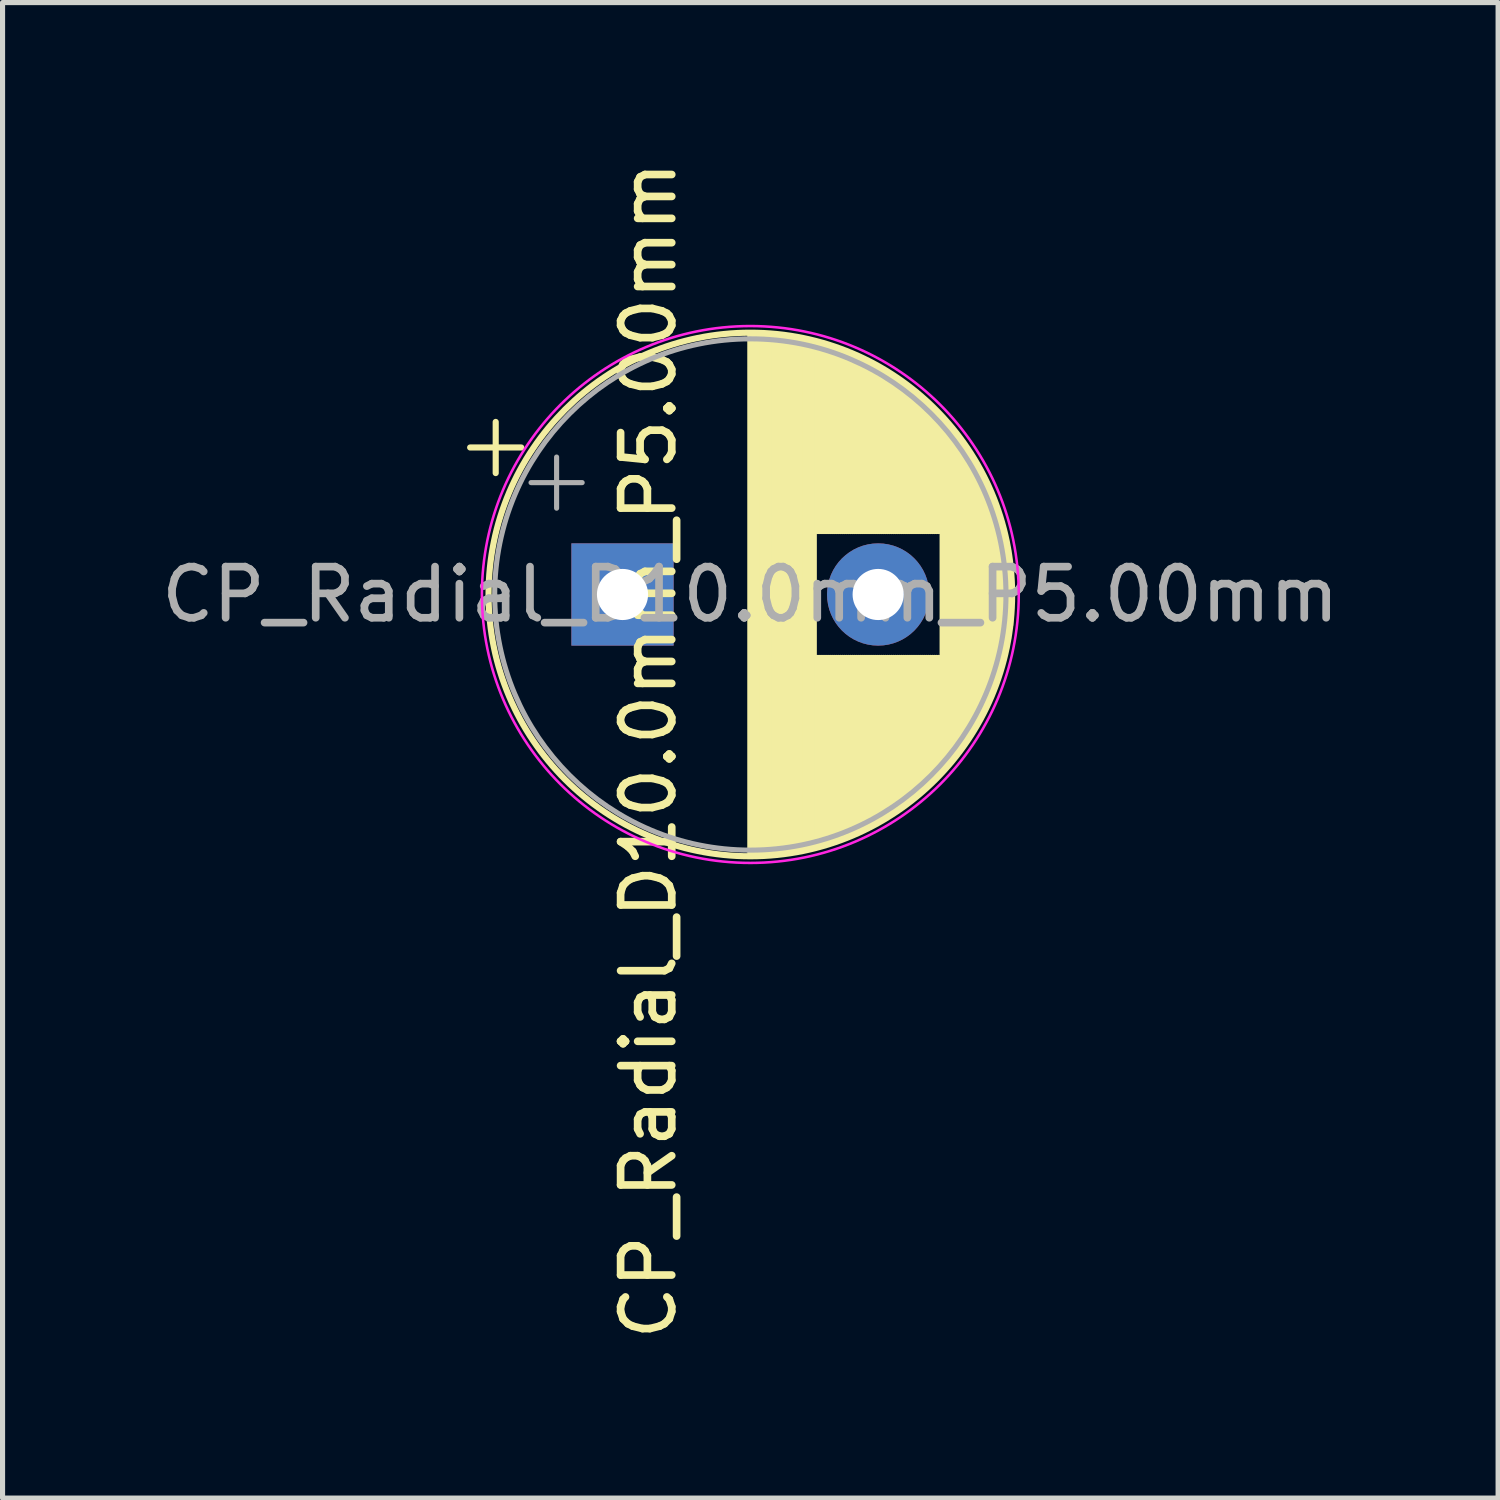
<source format=kicad_pcb>
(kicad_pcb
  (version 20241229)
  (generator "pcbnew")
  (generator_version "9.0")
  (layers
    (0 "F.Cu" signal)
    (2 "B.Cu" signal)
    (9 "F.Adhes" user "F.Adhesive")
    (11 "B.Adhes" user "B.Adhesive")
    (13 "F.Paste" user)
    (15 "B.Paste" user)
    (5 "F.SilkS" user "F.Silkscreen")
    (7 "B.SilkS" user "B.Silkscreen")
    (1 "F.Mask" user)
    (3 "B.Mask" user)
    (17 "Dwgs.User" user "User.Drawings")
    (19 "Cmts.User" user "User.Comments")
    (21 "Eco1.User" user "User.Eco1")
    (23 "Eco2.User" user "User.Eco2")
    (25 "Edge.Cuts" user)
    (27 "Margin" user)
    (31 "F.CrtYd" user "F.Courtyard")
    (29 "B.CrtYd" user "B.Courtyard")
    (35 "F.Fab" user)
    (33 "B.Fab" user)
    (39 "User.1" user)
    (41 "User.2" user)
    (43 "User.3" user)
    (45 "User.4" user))
  (footprint "CP_Radial_D10.0mm_P5.00mm"
    (layer "F.Cu")
    (at 9.125 8.577)
    (property "Reference" "CP_Radial_D10.0mm_P5.00mm" (at 0.508 3.048 90) (layer "F.SilkS") (effects (font (size 1 1) (thickness 0.15))))
    (attr through_hole)
    (fp_line (start -2.98 -2.875) (end -1.98 -2.875) (stroke (width 0.12) (type solid)) (layer "F.SilkS"))
    (fp_line (start -2.48 -3.375) (end -2.48 -2.375) (stroke (width 0.12) (type solid)) (layer "F.SilkS"))
    (fp_line (start 2.5 -5.08) (end 2.5 5.08) (stroke (width 0.12) (type solid)) (layer "F.SilkS"))
    (fp_line (start 2.54 -5.08) (end 2.54 5.08) (stroke (width 0.12) (type solid)) (layer "F.SilkS"))
    (fp_line (start 2.58 -5.08) (end 2.58 5.08) (stroke (width 0.12) (type solid)) (layer "F.SilkS"))
    (fp_line (start 2.62 -5.079) (end 2.62 5.079) (stroke (width 0.12) (type solid)) (layer "F.SilkS"))
    (fp_line (start 2.66 -5.078) (end 2.66 5.078) (stroke (width 0.12) (type solid)) (layer "F.SilkS"))
    (fp_line (start 2.7 -5.077) (end 2.7 5.077) (stroke (width 0.12) (type solid)) (layer "F.SilkS"))
    (fp_line (start 2.74 -5.075) (end 2.74 5.075) (stroke (width 0.12) (type solid)) (layer "F.SilkS"))
    (fp_line (start 2.78 -5.073) (end 2.78 5.073) (stroke (width 0.12) (type solid)) (layer "F.SilkS"))
    (fp_line (start 2.82 -5.07) (end 2.82 5.07) (stroke (width 0.12) (type solid)) (layer "F.SilkS"))
    (fp_line (start 2.86 -5.068) (end 2.86 5.068) (stroke (width 0.12) (type solid)) (layer "F.SilkS"))
    (fp_line (start 2.9 -5.065) (end 2.9 5.065) (stroke (width 0.12) (type solid)) (layer "F.SilkS"))
    (fp_line (start 2.94 -5.062) (end 2.94 5.062) (stroke (width 0.12) (type solid)) (layer "F.SilkS"))
    (fp_line (start 2.98 -5.058) (end 2.98 5.058) (stroke (width 0.12) (type solid)) (layer "F.SilkS"))
    (fp_line (start 3.02 -5.054) (end 3.02 5.054) (stroke (width 0.12) (type solid)) (layer "F.SilkS"))
    (fp_line (start 3.06 -5.05) (end 3.06 5.05) (stroke (width 0.12) (type solid)) (layer "F.SilkS"))
    (fp_line (start 3.1 -5.045) (end 3.1 5.045) (stroke (width 0.12) (type solid)) (layer "F.SilkS"))
    (fp_line (start 3.14 -5.04) (end 3.14 5.04) (stroke (width 0.12) (type solid)) (layer "F.SilkS"))
    (fp_line (start 3.18 -5.035) (end 3.18 5.035) (stroke (width 0.12) (type solid)) (layer "F.SilkS"))
    (fp_line (start 3.221 -5.03) (end 3.221 5.03) (stroke (width 0.12) (type solid)) (layer "F.SilkS"))
    (fp_line (start 3.261 -5.024) (end 3.261 5.024) (stroke (width 0.12) (type solid)) (layer "F.SilkS"))
    (fp_line (start 3.301 -5.018) (end 3.301 5.018) (stroke (width 0.12) (type solid)) (layer "F.SilkS"))
    (fp_line (start 3.341 -5.011) (end 3.341 5.011) (stroke (width 0.12) (type solid)) (layer "F.SilkS"))
    (fp_line (start 3.381 -5.004) (end 3.381 5.004) (stroke (width 0.12) (type solid)) (layer "F.SilkS"))
    (fp_line (start 3.421 -4.997) (end 3.421 4.997) (stroke (width 0.12) (type solid)) (layer "F.SilkS"))
    (fp_line (start 3.461 -4.99) (end 3.461 4.99) (stroke (width 0.12) (type solid)) (layer "F.SilkS"))
    (fp_line (start 3.501 -4.982) (end 3.501 4.982) (stroke (width 0.12) (type solid)) (layer "F.SilkS"))
    (fp_line (start 3.541 -4.974) (end 3.541 4.974) (stroke (width 0.12) (type solid)) (layer "F.SilkS"))
    (fp_line (start 3.581 -4.965) (end 3.581 4.965) (stroke (width 0.12) (type solid)) (layer "F.SilkS"))
    (fp_line (start 3.621 -4.956) (end 3.621 4.956) (stroke (width 0.12) (type solid)) (layer "F.SilkS"))
    (fp_line (start 3.661 -4.947) (end 3.661 4.947) (stroke (width 0.12) (type solid)) (layer "F.SilkS"))
    (fp_line (start 3.701 -4.938) (end 3.701 4.938) (stroke (width 0.12) (type solid)) (layer "F.SilkS"))
    (fp_line (start 3.741 -4.928) (end 3.741 4.928) (stroke (width 0.12) (type solid)) (layer "F.SilkS"))
    (fp_line (start 3.781 -4.918) (end 3.781 -1.241) (stroke (width 0.12) (type solid)) (layer "F.SilkS"))
    (fp_line (start 3.781 1.241) (end 3.781 4.918) (stroke (width 0.12) (type solid)) (layer "F.SilkS"))
    (fp_line (start 3.821 -4.907) (end 3.821 -1.241) (stroke (width 0.12) (type solid)) (layer "F.SilkS"))
    (fp_line (start 3.821 1.241) (end 3.821 4.907) (stroke (width 0.12) (type solid)) (layer "F.SilkS"))
    (fp_line (start 3.861 -4.897) (end 3.861 -1.241) (stroke (width 0.12) (type solid)) (layer "F.SilkS"))
    (fp_line (start 3.861 1.241) (end 3.861 4.897) (stroke (width 0.12) (type solid)) (layer "F.SilkS"))
    (fp_line (start 3.901 -4.885) (end 3.901 -1.241) (stroke (width 0.12) (type solid)) (layer "F.SilkS"))
    (fp_line (start 3.901 1.241) (end 3.901 4.885) (stroke (width 0.12) (type solid)) (layer "F.SilkS"))
    (fp_line (start 3.941 -4.874) (end 3.941 -1.241) (stroke (width 0.12) (type solid)) (layer "F.SilkS"))
    (fp_line (start 3.941 1.241) (end 3.941 4.874) (stroke (width 0.12) (type solid)) (layer "F.SilkS"))
    (fp_line (start 3.981 -4.862) (end 3.981 -1.241) (stroke (width 0.12) (type solid)) (layer "F.SilkS"))
    (fp_line (start 3.981 1.241) (end 3.981 4.862) (stroke (width 0.12) (type solid)) (layer "F.SilkS"))
    (fp_line (start 4.021 -4.85) (end 4.021 -1.241) (stroke (width 0.12) (type solid)) (layer "F.SilkS"))
    (fp_line (start 4.021 1.241) (end 4.021 4.85) (stroke (width 0.12) (type solid)) (layer "F.SilkS"))
    (fp_line (start 4.061 -4.837) (end 4.061 -1.241) (stroke (width 0.12) (type solid)) (layer "F.SilkS"))
    (fp_line (start 4.061 1.241) (end 4.061 4.837) (stroke (width 0.12) (type solid)) (layer "F.SilkS"))
    (fp_line (start 4.101 -4.824) (end 4.101 -1.241) (stroke (width 0.12) (type solid)) (layer "F.SilkS"))
    (fp_line (start 4.101 1.241) (end 4.101 4.824) (stroke (width 0.12) (type solid)) (layer "F.SilkS"))
    (fp_line (start 4.141 -4.811) (end 4.141 -1.241) (stroke (width 0.12) (type solid)) (layer "F.SilkS"))
    (fp_line (start 4.141 1.241) (end 4.141 4.811) (stroke (width 0.12) (type solid)) (layer "F.SilkS"))
    (fp_line (start 4.181 -4.797) (end 4.181 -1.241) (stroke (width 0.12) (type solid)) (layer "F.SilkS"))
    (fp_line (start 4.181 1.241) (end 4.181 4.797) (stroke (width 0.12) (type solid)) (layer "F.SilkS"))
    (fp_line (start 4.221 -4.783) (end 4.221 -1.241) (stroke (width 0.12) (type solid)) (layer "F.SilkS"))
    (fp_line (start 4.221 1.241) (end 4.221 4.783) (stroke (width 0.12) (type solid)) (layer "F.SilkS"))
    (fp_line (start 4.261 -4.768) (end 4.261 -1.241) (stroke (width 0.12) (type solid)) (layer "F.SilkS"))
    (fp_line (start 4.261 1.241) (end 4.261 4.768) (stroke (width 0.12) (type solid)) (layer "F.SilkS"))
    (fp_line (start 4.301 -4.754) (end 4.301 -1.241) (stroke (width 0.12) (type solid)) (layer "F.SilkS"))
    (fp_line (start 4.301 1.241) (end 4.301 4.754) (stroke (width 0.12) (type solid)) (layer "F.SilkS"))
    (fp_line (start 4.341 -4.738) (end 4.341 -1.241) (stroke (width 0.12) (type solid)) (layer "F.SilkS"))
    (fp_line (start 4.341 1.241) (end 4.341 4.738) (stroke (width 0.12) (type solid)) (layer "F.SilkS"))
    (fp_line (start 4.381 -4.723) (end 4.381 -1.241) (stroke (width 0.12) (type solid)) (layer "F.SilkS"))
    (fp_line (start 4.381 1.241) (end 4.381 4.723) (stroke (width 0.12) (type solid)) (layer "F.SilkS"))
    (fp_line (start 4.421 -4.707) (end 4.421 -1.241) (stroke (width 0.12) (type solid)) (layer "F.SilkS"))
    (fp_line (start 4.421 1.241) (end 4.421 4.707) (stroke (width 0.12) (type solid)) (layer "F.SilkS"))
    (fp_line (start 4.461 -4.69) (end 4.461 -1.241) (stroke (width 0.12) (type solid)) (layer "F.SilkS"))
    (fp_line (start 4.461 1.241) (end 4.461 4.69) (stroke (width 0.12) (type solid)) (layer "F.SilkS"))
    (fp_line (start 4.501 -4.674) (end 4.501 -1.241) (stroke (width 0.12) (type solid)) (layer "F.SilkS"))
    (fp_line (start 4.501 1.241) (end 4.501 4.674) (stroke (width 0.12) (type solid)) (layer "F.SilkS"))
    (fp_line (start 4.541 -4.657) (end 4.541 -1.241) (stroke (width 0.12) (type solid)) (layer "F.SilkS"))
    (fp_line (start 4.541 1.241) (end 4.541 4.657) (stroke (width 0.12) (type solid)) (layer "F.SilkS"))
    (fp_line (start 4.581 -4.639) (end 4.581 -1.241) (stroke (width 0.12) (type solid)) (layer "F.SilkS"))
    (fp_line (start 4.581 1.241) (end 4.581 4.639) (stroke (width 0.12) (type solid)) (layer "F.SilkS"))
    (fp_line (start 4.621 -4.621) (end 4.621 -1.241) (stroke (width 0.12) (type solid)) (layer "F.SilkS"))
    (fp_line (start 4.621 1.241) (end 4.621 4.621) (stroke (width 0.12) (type solid)) (layer "F.SilkS"))
    (fp_line (start 4.661 -4.603) (end 4.661 -1.241) (stroke (width 0.12) (type solid)) (layer "F.SilkS"))
    (fp_line (start 4.661 1.241) (end 4.661 4.603) (stroke (width 0.12) (type solid)) (layer "F.SilkS"))
    (fp_line (start 4.701 -4.584) (end 4.701 -1.241) (stroke (width 0.12) (type solid)) (layer "F.SilkS"))
    (fp_line (start 4.701 1.241) (end 4.701 4.584) (stroke (width 0.12) (type solid)) (layer "F.SilkS"))
    (fp_line (start 4.741 -4.564) (end 4.741 -1.241) (stroke (width 0.12) (type solid)) (layer "F.SilkS"))
    (fp_line (start 4.741 1.241) (end 4.741 4.564) (stroke (width 0.12) (type solid)) (layer "F.SilkS"))
    (fp_line (start 4.781 -4.545) (end 4.781 -1.241) (stroke (width 0.12) (type solid)) (layer "F.SilkS"))
    (fp_line (start 4.781 1.241) (end 4.781 4.545) (stroke (width 0.12) (type solid)) (layer "F.SilkS"))
    (fp_line (start 4.821 -4.525) (end 4.821 -1.241) (stroke (width 0.12) (type solid)) (layer "F.SilkS"))
    (fp_line (start 4.821 1.241) (end 4.821 4.525) (stroke (width 0.12) (type solid)) (layer "F.SilkS"))
    (fp_line (start 4.861 -4.504) (end 4.861 -1.241) (stroke (width 0.12) (type solid)) (layer "F.SilkS"))
    (fp_line (start 4.861 1.241) (end 4.861 4.504) (stroke (width 0.12) (type solid)) (layer "F.SilkS"))
    (fp_line (start 4.901 -4.483) (end 4.901 -1.241) (stroke (width 0.12) (type solid)) (layer "F.SilkS"))
    (fp_line (start 4.901 1.241) (end 4.901 4.483) (stroke (width 0.12) (type solid)) (layer "F.SilkS"))
    (fp_line (start 4.941 -4.462) (end 4.941 -1.241) (stroke (width 0.12) (type solid)) (layer "F.SilkS"))
    (fp_line (start 4.941 1.241) (end 4.941 4.462) (stroke (width 0.12) (type solid)) (layer "F.SilkS"))
    (fp_line (start 4.981 -4.44) (end 4.981 -1.241) (stroke (width 0.12) (type solid)) (layer "F.SilkS"))
    (fp_line (start 4.981 1.241) (end 4.981 4.44) (stroke (width 0.12) (type solid)) (layer "F.SilkS"))
    (fp_line (start 5.021 -4.417) (end 5.021 -1.241) (stroke (width 0.12) (type solid)) (layer "F.SilkS"))
    (fp_line (start 5.021 1.241) (end 5.021 4.417) (stroke (width 0.12) (type solid)) (layer "F.SilkS"))
    (fp_line (start 5.061 -4.395) (end 5.061 -1.241) (stroke (width 0.12) (type solid)) (layer "F.SilkS"))
    (fp_line (start 5.061 1.241) (end 5.061 4.395) (stroke (width 0.12) (type solid)) (layer "F.SilkS"))
    (fp_line (start 5.101 -4.371) (end 5.101 -1.241) (stroke (width 0.12) (type solid)) (layer "F.SilkS"))
    (fp_line (start 5.101 1.241) (end 5.101 4.371) (stroke (width 0.12) (type solid)) (layer "F.SilkS"))
    (fp_line (start 5.141 -4.347) (end 5.141 -1.241) (stroke (width 0.12) (type solid)) (layer "F.SilkS"))
    (fp_line (start 5.141 1.241) (end 5.141 4.347) (stroke (width 0.12) (type solid)) (layer "F.SilkS"))
    (fp_line (start 5.181 -4.323) (end 5.181 -1.241) (stroke (width 0.12) (type solid)) (layer "F.SilkS"))
    (fp_line (start 5.181 1.241) (end 5.181 4.323) (stroke (width 0.12) (type solid)) (layer "F.SilkS"))
    (fp_line (start 5.221 -4.298) (end 5.221 -1.241) (stroke (width 0.12) (type solid)) (layer "F.SilkS"))
    (fp_line (start 5.221 1.241) (end 5.221 4.298) (stroke (width 0.12) (type solid)) (layer "F.SilkS"))
    (fp_line (start 5.261 -4.273) (end 5.261 -1.241) (stroke (width 0.12) (type solid)) (layer "F.SilkS"))
    (fp_line (start 5.261 1.241) (end 5.261 4.273) (stroke (width 0.12) (type solid)) (layer "F.SilkS"))
    (fp_line (start 5.301 -4.247) (end 5.301 -1.241) (stroke (width 0.12) (type solid)) (layer "F.SilkS"))
    (fp_line (start 5.301 1.241) (end 5.301 4.247) (stroke (width 0.12) (type solid)) (layer "F.SilkS"))
    (fp_line (start 5.341 -4.221) (end 5.341 -1.241) (stroke (width 0.12) (type solid)) (layer "F.SilkS"))
    (fp_line (start 5.341 1.241) (end 5.341 4.221) (stroke (width 0.12) (type solid)) (layer "F.SilkS"))
    (fp_line (start 5.381 -4.194) (end 5.381 -1.241) (stroke (width 0.12) (type solid)) (layer "F.SilkS"))
    (fp_line (start 5.381 1.241) (end 5.381 4.194) (stroke (width 0.12) (type solid)) (layer "F.SilkS"))
    (fp_line (start 5.421 -4.166) (end 5.421 -1.241) (stroke (width 0.12) (type solid)) (layer "F.SilkS"))
    (fp_line (start 5.421 1.241) (end 5.421 4.166) (stroke (width 0.12) (type solid)) (layer "F.SilkS"))
    (fp_line (start 5.461 -4.138) (end 5.461 -1.241) (stroke (width 0.12) (type solid)) (layer "F.SilkS"))
    (fp_line (start 5.461 1.241) (end 5.461 4.138) (stroke (width 0.12) (type solid)) (layer "F.SilkS"))
    (fp_line (start 5.501 -4.11) (end 5.501 -1.241) (stroke (width 0.12) (type solid)) (layer "F.SilkS"))
    (fp_line (start 5.501 1.241) (end 5.501 4.11) (stroke (width 0.12) (type solid)) (layer "F.SilkS"))
    (fp_line (start 5.541 -4.08) (end 5.541 -1.241) (stroke (width 0.12) (type solid)) (layer "F.SilkS"))
    (fp_line (start 5.541 1.241) (end 5.541 4.08) (stroke (width 0.12) (type solid)) (layer "F.SilkS"))
    (fp_line (start 5.581 -4.05) (end 5.581 -1.241) (stroke (width 0.12) (type solid)) (layer "F.SilkS"))
    (fp_line (start 5.581 1.241) (end 5.581 4.05) (stroke (width 0.12) (type solid)) (layer "F.SilkS"))
    (fp_line (start 5.621 -4.02) (end 5.621 -1.241) (stroke (width 0.12) (type solid)) (layer "F.SilkS"))
    (fp_line (start 5.621 1.241) (end 5.621 4.02) (stroke (width 0.12) (type solid)) (layer "F.SilkS"))
    (fp_line (start 5.661 -3.989) (end 5.661 -1.241) (stroke (width 0.12) (type solid)) (layer "F.SilkS"))
    (fp_line (start 5.661 1.241) (end 5.661 3.989) (stroke (width 0.12) (type solid)) (layer "F.SilkS"))
    (fp_line (start 5.701 -3.957) (end 5.701 -1.241) (stroke (width 0.12) (type solid)) (layer "F.SilkS"))
    (fp_line (start 5.701 1.241) (end 5.701 3.957) (stroke (width 0.12) (type solid)) (layer "F.SilkS"))
    (fp_line (start 5.741 -3.925) (end 5.741 -1.241) (stroke (width 0.12) (type solid)) (layer "F.SilkS"))
    (fp_line (start 5.741 1.241) (end 5.741 3.925) (stroke (width 0.12) (type solid)) (layer "F.SilkS"))
    (fp_line (start 5.781 -3.892) (end 5.781 -1.241) (stroke (width 0.12) (type solid)) (layer "F.SilkS"))
    (fp_line (start 5.781 1.241) (end 5.781 3.892) (stroke (width 0.12) (type solid)) (layer "F.SilkS"))
    (fp_line (start 5.821 -3.858) (end 5.821 -1.241) (stroke (width 0.12) (type solid)) (layer "F.SilkS"))
    (fp_line (start 5.821 1.241) (end 5.821 3.858) (stroke (width 0.12) (type solid)) (layer "F.SilkS"))
    (fp_line (start 5.861 -3.824) (end 5.861 -1.241) (stroke (width 0.12) (type solid)) (layer "F.SilkS"))
    (fp_line (start 5.861 1.241) (end 5.861 3.824) (stroke (width 0.12) (type solid)) (layer "F.SilkS"))
    (fp_line (start 5.901 -3.789) (end 5.901 -1.241) (stroke (width 0.12) (type solid)) (layer "F.SilkS"))
    (fp_line (start 5.901 1.241) (end 5.901 3.789) (stroke (width 0.12) (type solid)) (layer "F.SilkS"))
    (fp_line (start 5.941 -3.753) (end 5.941 -1.241) (stroke (width 0.12) (type solid)) (layer "F.SilkS"))
    (fp_line (start 5.941 1.241) (end 5.941 3.753) (stroke (width 0.12) (type solid)) (layer "F.SilkS"))
    (fp_line (start 5.981 -3.716) (end 5.981 -1.241) (stroke (width 0.12) (type solid)) (layer "F.SilkS"))
    (fp_line (start 5.981 1.241) (end 5.981 3.716) (stroke (width 0.12) (type solid)) (layer "F.SilkS"))
    (fp_line (start 6.021 -3.679) (end 6.021 -1.241) (stroke (width 0.12) (type solid)) (layer "F.SilkS"))
    (fp_line (start 6.021 1.241) (end 6.021 3.679) (stroke (width 0.12) (type solid)) (layer "F.SilkS"))
    (fp_line (start 6.061 -3.64) (end 6.061 -1.241) (stroke (width 0.12) (type solid)) (layer "F.SilkS"))
    (fp_line (start 6.061 1.241) (end 6.061 3.64) (stroke (width 0.12) (type solid)) (layer "F.SilkS"))
    (fp_line (start 6.101 -3.601) (end 6.101 -1.241) (stroke (width 0.12) (type solid)) (layer "F.SilkS"))
    (fp_line (start 6.101 1.241) (end 6.101 3.601) (stroke (width 0.12) (type solid)) (layer "F.SilkS"))
    (fp_line (start 6.141 -3.561) (end 6.141 -1.241) (stroke (width 0.12) (type solid)) (layer "F.SilkS"))
    (fp_line (start 6.141 1.241) (end 6.141 3.561) (stroke (width 0.12) (type solid)) (layer "F.SilkS"))
    (fp_line (start 6.181 -3.52) (end 6.181 -1.241) (stroke (width 0.12) (type solid)) (layer "F.SilkS"))
    (fp_line (start 6.181 1.241) (end 6.181 3.52) (stroke (width 0.12) (type solid)) (layer "F.SilkS"))
    (fp_line (start 6.221 -3.478) (end 6.221 -1.241) (stroke (width 0.12) (type solid)) (layer "F.SilkS"))
    (fp_line (start 6.221 1.241) (end 6.221 3.478) (stroke (width 0.12) (type solid)) (layer "F.SilkS"))
    (fp_line (start 6.261 -3.436) (end 6.261 3.436) (stroke (width 0.12) (type solid)) (layer "F.SilkS"))
    (fp_line (start 6.301 -3.392) (end 6.301 3.392) (stroke (width 0.12) (type solid)) (layer "F.SilkS"))
    (fp_line (start 6.341 -3.347) (end 6.341 3.347) (stroke (width 0.12) (type solid)) (layer "F.SilkS"))
    (fp_line (start 6.381 -3.301) (end 6.381 3.301) (stroke (width 0.12) (type solid)) (layer "F.SilkS"))
    (fp_line (start 6.421 -3.254) (end 6.421 3.254) (stroke (width 0.12) (type solid)) (layer "F.SilkS"))
    (fp_line (start 6.461 -3.206) (end 6.461 3.206) (stroke (width 0.12) (type solid)) (layer "F.SilkS"))
    (fp_line (start 6.501 -3.156) (end 6.501 3.156) (stroke (width 0.12) (type solid)) (layer "F.SilkS"))
    (fp_line (start 6.541 -3.106) (end 6.541 3.106) (stroke (width 0.12) (type solid)) (layer "F.SilkS"))
    (fp_line (start 6.581 -3.054) (end 6.581 3.054) (stroke (width 0.12) (type solid)) (layer "F.SilkS"))
    (fp_line (start 6.621 -3) (end 6.621 3) (stroke (width 0.12) (type solid)) (layer "F.SilkS"))
    (fp_line (start 6.661 -2.945) (end 6.661 2.945) (stroke (width 0.12) (type solid)) (layer "F.SilkS"))
    (fp_line (start 6.701 -2.889) (end 6.701 2.889) (stroke (width 0.12) (type solid)) (layer "F.SilkS"))
    (fp_line (start 6.741 -2.83) (end 6.741 2.83) (stroke (width 0.12) (type solid)) (layer "F.SilkS"))
    (fp_line (start 6.781 -2.77) (end 6.781 2.77) (stroke (width 0.12) (type solid)) (layer "F.SilkS"))
    (fp_line (start 6.821 -2.709) (end 6.821 2.709) (stroke (width 0.12) (type solid)) (layer "F.SilkS"))
    (fp_line (start 6.861 -2.645) (end 6.861 2.645) (stroke (width 0.12) (type solid)) (layer "F.SilkS"))
    (fp_line (start 6.901 -2.579) (end 6.901 2.579) (stroke (width 0.12) (type solid)) (layer "F.SilkS"))
    (fp_line (start 6.941 -2.51) (end 6.941 2.51) (stroke (width 0.12) (type solid)) (layer "F.SilkS"))
    (fp_line (start 6.981 -2.439) (end 6.981 2.439) (stroke (width 0.12) (type solid)) (layer "F.SilkS"))
    (fp_line (start 7.021 -2.365) (end 7.021 2.365) (stroke (width 0.12) (type solid)) (layer "F.SilkS"))
    (fp_line (start 7.061 -2.289) (end 7.061 2.289) (stroke (width 0.12) (type solid)) (layer "F.SilkS"))
    (fp_line (start 7.101 -2.209) (end 7.101 2.209) (stroke (width 0.12) (type solid)) (layer "F.SilkS"))
    (fp_line (start 7.141 -2.125) (end 7.141 2.125) (stroke (width 0.12) (type solid)) (layer "F.SilkS"))
    (fp_line (start 7.181 -2.037) (end 7.181 2.037) (stroke (width 0.12) (type solid)) (layer "F.SilkS"))
    (fp_line (start 7.221 -1.944) (end 7.221 1.944) (stroke (width 0.12) (type solid)) (layer "F.SilkS"))
    (fp_line (start 7.261 -1.846) (end 7.261 1.846) (stroke (width 0.12) (type solid)) (layer "F.SilkS"))
    (fp_line (start 7.301 -1.742) (end 7.301 1.742) (stroke (width 0.12) (type solid)) (layer "F.SilkS"))
    (fp_line (start 7.341 -1.63) (end 7.341 1.63) (stroke (width 0.12) (type solid)) (layer "F.SilkS"))
    (fp_line (start 7.381 -1.51) (end 7.381 1.51) (stroke (width 0.12) (type solid)) (layer "F.SilkS"))
    (fp_line (start 7.421 -1.378) (end 7.421 1.378) (stroke (width 0.12) (type solid)) (layer "F.SilkS"))
    (fp_line (start 7.461 -1.23) (end 7.461 1.23) (stroke (width 0.12) (type solid)) (layer "F.SilkS"))
    (fp_line (start 7.501 -1.062) (end 7.501 1.062) (stroke (width 0.12) (type solid)) (layer "F.SilkS"))
    (fp_line (start 7.541 -0.862) (end 7.541 0.862) (stroke (width 0.12) (type solid)) (layer "F.SilkS"))
    (fp_line (start 7.581 -0.599) (end 7.581 0.599) (stroke (width 0.12) (type solid)) (layer "F.SilkS"))
    (fp_circle (center 2.5 0) (end 7.62 0) (stroke (width 0.12) (type solid)) (fill no) (layer "F.SilkS"))
    (fp_circle (center 2.5 0) (end 7.75 0) (stroke (width 0.05) (type solid)) (fill no) (layer "F.CrtYd"))
    (fp_line (start -1.789 -2.188) (end -0.789 -2.188) (stroke (width 0.1) (type solid)) (layer "F.Fab"))
    (fp_line (start -1.289 -2.688) (end -1.289 -1.688) (stroke (width 0.1) (type solid)) (layer "F.Fab"))
    (fp_circle (center 2.5 0) (end 7.5 0) (stroke (width 0.1) (type solid)) (fill no) (layer "F.Fab"))
    (fp_text user "${REFERENCE}" (at 2.5 0 180) (layer "F.Fab") (effects (font (size 1 1) (thickness 0.15))))
    (pad "1" thru_hole rect (at 0 0) (size 2 2) (drill 1) (layers "*.Cu" "*.Mask"))
    (pad "2" thru_hole circle (at 5 0) (size 2 2) (drill 1) (layers "*.Cu" "*.Mask")))
  (gr_rect
    (start -3 -3)
    (end 26.25 26.25)
    (stroke (width 0.1) (type default))
    (fill no)
    (layer "Edge.Cuts")))
</source>
